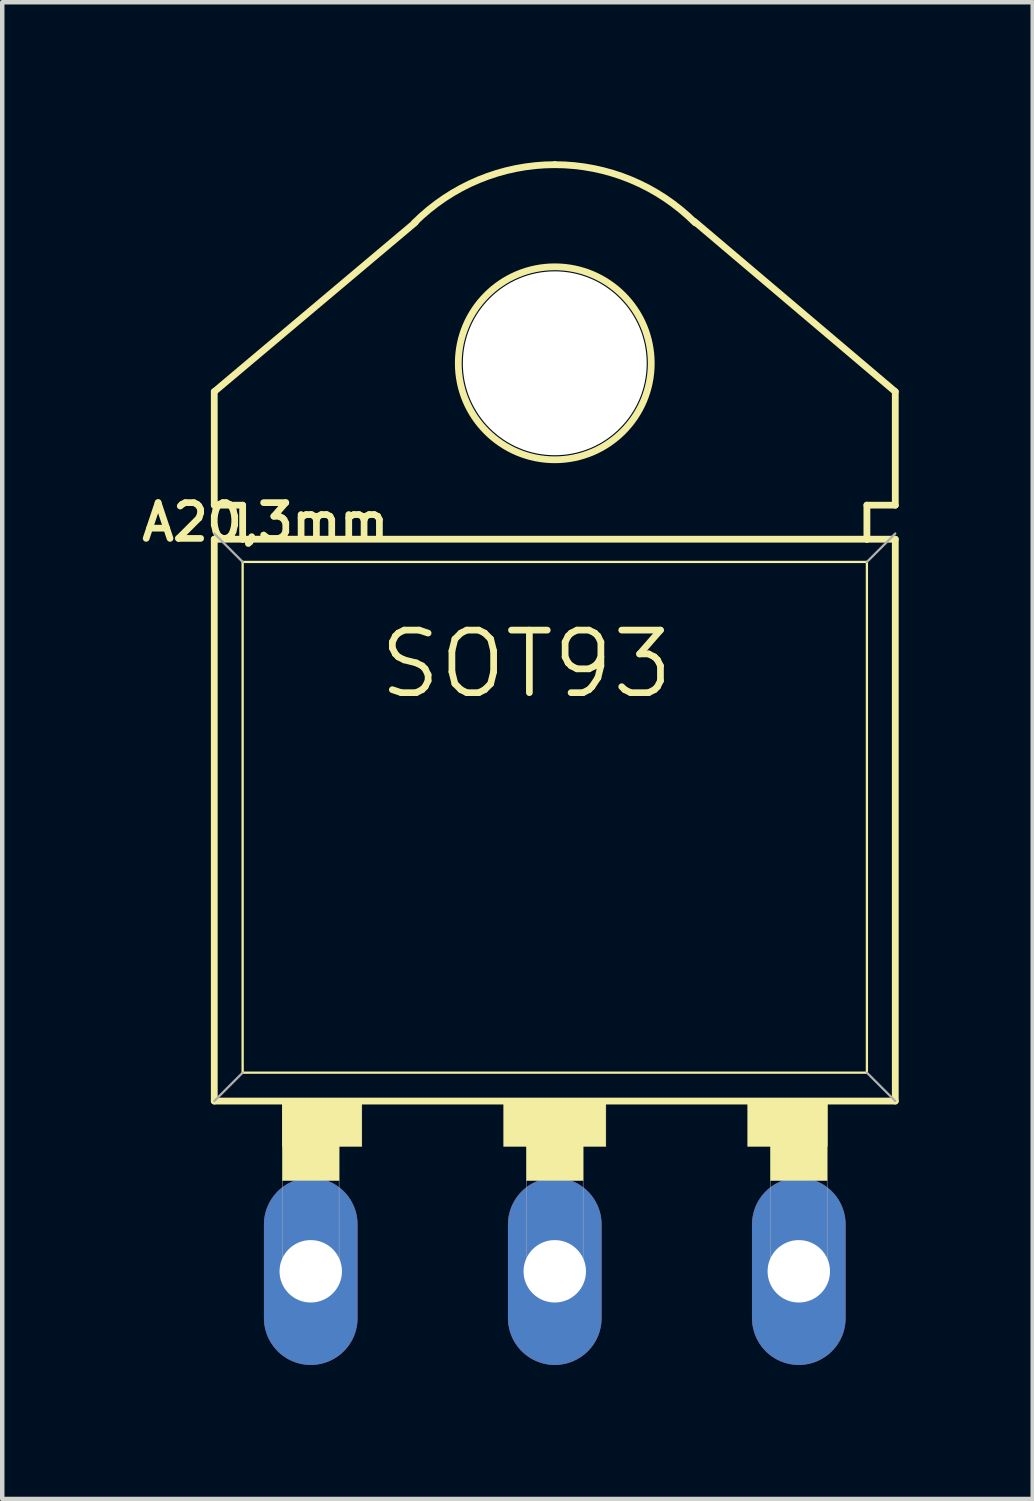
<source format=kicad_pcb>
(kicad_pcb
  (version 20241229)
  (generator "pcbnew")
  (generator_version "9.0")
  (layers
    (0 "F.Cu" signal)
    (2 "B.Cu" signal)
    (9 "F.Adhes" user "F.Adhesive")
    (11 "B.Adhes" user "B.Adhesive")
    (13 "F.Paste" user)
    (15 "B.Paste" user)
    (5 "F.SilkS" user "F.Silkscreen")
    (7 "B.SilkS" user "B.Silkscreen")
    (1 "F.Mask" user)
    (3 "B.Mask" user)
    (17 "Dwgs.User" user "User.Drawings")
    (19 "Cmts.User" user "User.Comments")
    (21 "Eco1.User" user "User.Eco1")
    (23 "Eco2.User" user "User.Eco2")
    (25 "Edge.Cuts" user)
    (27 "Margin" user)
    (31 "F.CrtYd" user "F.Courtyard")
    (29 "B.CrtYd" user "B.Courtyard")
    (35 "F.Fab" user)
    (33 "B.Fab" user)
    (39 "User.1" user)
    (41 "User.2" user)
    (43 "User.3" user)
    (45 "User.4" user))
  (footprint "SOT93"
    (layer "F.Cu")
    (at 9.365 15.24)
    (property "Reference" "SOT93" (at -0.635 -3.429 0) (layer "F.SilkS") (effects (font (size 1.4 1.4) (thickness 0.15))))
    (attr through_hole)
    (fp_line (start -7.62 -9.525) (end -3.124 -13.31) (stroke (width 0.152) (type solid)) (layer "F.SilkS"))
    (fp_line (start -7.62 -6.985) (end -7.62 -9.525) (stroke (width 0.152) (type solid)) (layer "F.SilkS"))
    (fp_line (start -7.62 6.35) (end -7.62 -6.223) (stroke (width 0.152) (type solid)) (layer "F.SilkS"))
    (fp_line (start -7.62 6.35) (end 7.62 6.35) (stroke (width 0.152) (type solid)) (layer "F.SilkS"))
    (fp_line (start -6.985 -6.985) (end -7.62 -6.985) (stroke (width 0.152) (type solid)) (layer "F.SilkS"))
    (fp_line (start -6.985 -6.223) (end -7.62 -6.223) (stroke (width 0.152) (type solid)) (layer "F.SilkS"))
    (fp_line (start -6.985 -6.223) (end -6.985 -6.985) (stroke (width 0.152) (type solid)) (layer "F.SilkS"))
    (fp_line (start -6.985 5.715) (end -6.985 -5.715) (stroke (width 0.051) (type solid)) (layer "F.SilkS"))
    (fp_line (start -6.985 5.715) (end 6.985 5.715) (stroke (width 0.051) (type solid)) (layer "F.SilkS"))
    (fp_line (start 6.985 -6.985) (end 7.62 -6.985) (stroke (width 0.152) (type solid)) (layer "F.SilkS"))
    (fp_line (start 6.985 -6.223) (end -6.985 -6.223) (stroke (width 0.152) (type solid)) (layer "F.SilkS"))
    (fp_line (start 6.985 -6.223) (end 6.985 -6.985) (stroke (width 0.152) (type solid)) (layer "F.SilkS"))
    (fp_line (start 6.985 -5.715) (end -6.985 -5.715) (stroke (width 0.051) (type solid)) (layer "F.SilkS"))
    (fp_line (start 6.985 -5.715) (end 6.985 5.715) (stroke (width 0.051) (type solid)) (layer "F.SilkS"))
    (fp_line (start 7.62 -9.525) (end 3.124 -13.335) (stroke (width 0.152) (type solid)) (layer "F.SilkS"))
    (fp_line (start 7.62 -6.985) (end 7.62 -9.525) (stroke (width 0.152) (type solid)) (layer "F.SilkS"))
    (fp_line (start 7.62 -6.223) (end 6.985 -6.223) (stroke (width 0.152) (type solid)) (layer "F.SilkS"))
    (fp_line (start 7.62 -6.223) (end 7.62 6.35) (stroke (width 0.152) (type solid)) (layer "F.SilkS"))
    (fp_arc (start -3.1431 -13.3031) (mid -1.701032 -14.266651) (end 0 -14.605) (stroke (width 0.1524) (type solid)) (layer "F.SilkS"))
    (fp_arc (start 0 -14.605) (mid 1.701032 -14.266652) (end 3.1431 -13.3031) (stroke (width 0.1524) (type solid)) (layer "F.SilkS"))
    (fp_circle (center 0 -10.16) (end 2.159 -10.16) (stroke (width 0.152) (type solid)) (fill no) (layer "F.SilkS"))
    (fp_poly (pts (xy -6.096 6.35) (xy -4.826 6.35) (xy -4.826 8.128) (xy -6.096 8.128)) (stroke (width 0.01) (type solid)) (fill yes) (layer "F.SilkS"))
    (fp_poly (pts (xy -6.096 6.35) (xy -4.318 6.35) (xy -4.318 7.366) (xy -6.096 7.366)) (stroke (width 0.01) (type solid)) (fill yes) (layer "F.SilkS"))
    (fp_poly (pts (xy -1.143 6.35) (xy 1.143 6.35) (xy 1.143 7.366) (xy -1.143 7.366)) (stroke (width 0.01) (type solid)) (fill yes) (layer "F.SilkS"))
    (fp_poly (pts (xy -0.635 6.35) (xy 0.635 6.35) (xy 0.635 8.128) (xy -0.635 8.128)) (stroke (width 0.01) (type solid)) (fill yes) (layer "F.SilkS"))
    (fp_poly (pts (xy 4.318 6.35) (xy 6.096 6.35) (xy 6.096 7.366) (xy 4.318 7.366)) (stroke (width 0.01) (type solid)) (fill yes) (layer "F.SilkS"))
    (fp_poly (pts (xy 4.826 6.35) (xy 6.096 6.35) (xy 6.096 8.128) (xy 4.826 8.128)) (stroke (width 0.01) (type solid)) (fill yes) (layer "F.SilkS"))
    (fp_line (start -6.985 -5.715) (end -7.62 -6.35) (stroke (width 0.051) (type solid)) (layer "F.Fab"))
    (fp_line (start -6.985 5.715) (end -7.62 6.35) (stroke (width 0.051) (type solid)) (layer "F.Fab"))
    (fp_line (start 6.985 -5.715) (end 7.62 -6.35) (stroke (width 0.051) (type solid)) (layer "F.Fab"))
    (fp_line (start 6.985 5.715) (end 7.62 6.35) (stroke (width 0.051) (type solid)) (layer "F.Fab"))
    (fp_poly (pts (xy -6.096 8.128) (xy -4.826 8.128) (xy -4.826 10.287) (xy -6.096 10.287)) (stroke (width 0.01) (type solid)) (fill no) (layer "F.Fab"))
    (fp_poly (pts (xy -0.635 8.128) (xy 0.635 8.128) (xy 0.635 10.287) (xy -0.635 10.287)) (stroke (width 0.01) (type solid)) (fill no) (layer "F.Fab"))
    (fp_poly (pts (xy 4.826 8.128) (xy 6.096 8.128) (xy 6.096 10.287) (xy 4.826 10.287)) (stroke (width 0.01) (type solid)) (fill no) (layer "F.Fab"))
    (fp_text user "A20,3mm" (at -6.477 -6.604 0) (layer "F.SilkS") (effects (font (size 0.8 0.8) (thickness 0.15))))
    (pad "" np_thru_hole circle (at 0 -10.16) (size 4.115 4.115) (drill 4.115) (layers "*.Cu" "*.Mask"))
    (pad "B" thru_hole oval (at -5.461 10.16) (size 2.095 4.191) (drill 1.397) (layers "*.Cu" "*.Mask"))
    (pad "C" thru_hole oval (at 0 10.16) (size 2.095 4.191) (drill 1.397) (layers "*.Cu" "*.Mask"))
    (pad "E" thru_hole oval (at 5.461 10.16) (size 2.095 4.191) (drill 1.397) (layers "*.Cu" "*.Mask"))
    (zone (net_name "") (layers "F.Cu" "B.Cu") (hatch full 0.508) (connect_pads) (min_thickness 0) (filled_areas_thickness no) (keepout (tracks allowed) (vias not_allowed) (pads allowed) (copperpour allowed) (footprints allowed)) (placement (enabled no)) (fill) (polygon (pts (xy 14.445 5.08) (xy 14.42 5.578) (xy 14.347 6.071) (xy 14.226 6.555) (xy 14.058 7.024) (xy 13.845 7.475) (xy 13.589 7.902) (xy 13.292 8.303) (xy 12.957 8.672) (xy 12.588 9.007) (xy 12.187 9.304) (xy 11.76 9.56) (xy 11.309 9.773) (xy 10.84 9.941) (xy 10.356 10.062) (xy 9.863 10.136) (xy 9.365 10.16) (xy 8.867 10.136) (xy 8.374 10.062) (xy 7.89 9.941) (xy 7.421 9.773) (xy 6.97 9.56) (xy 6.543 9.304) (xy 6.142 9.007) (xy 5.773 8.672) (xy 5.438 8.303) (xy 5.141 7.902) (xy 4.885 7.475) (xy 4.672 7.024) (xy 4.504 6.555) (xy 4.382 6.071) (xy 4.309 5.578) (xy 4.285 5.08) (xy 4.309 4.582) (xy 4.382 4.089) (xy 4.504 3.605) (xy 4.672 3.136) (xy 4.885 2.685) (xy 5.141 2.258) (xy 5.438 1.857) (xy 5.773 1.488) (xy 6.142 1.153) (xy 6.543 0.856) (xy 6.97 0.6) (xy 7.421 0.387) (xy 7.89 0.219) (xy 8.374 0.098) (xy 8.867 0.024) (xy 9.365 0) (xy 9.863 0.024) (xy 10.356 0.098) (xy 10.84 0.219) (xy 11.309 0.387) (xy 11.76 0.6) (xy 12.187 0.856) (xy 12.588 1.153) (xy 12.957 1.488) (xy 13.292 1.857) (xy 13.589 2.258) (xy 13.845 2.685) (xy 14.058 3.136) (xy 14.226 3.605) (xy 14.347 4.089) (xy 14.42 4.582))))
    (zone (net_name "") (layer "B.Cu") (hatch full 0.508) (connect_pads) (min_thickness 0) (filled_areas_thickness no) (keepout (tracks not_allowed) (vias not_allowed) (pads not_allowed) (copperpour not_allowed) (footprints allowed)) (placement (enabled no)) (fill) (polygon (pts (xy 14.445 5.08) (xy 14.42 5.578) (xy 14.347 6.071) (xy 14.226 6.555) (xy 14.058 7.024) (xy 13.845 7.475) (xy 13.589 7.902) (xy 13.292 8.303) (xy 12.957 8.672) (xy 12.588 9.007) (xy 12.187 9.304) (xy 11.76 9.56) (xy 11.309 9.773) (xy 10.84 9.941) (xy 10.356 10.062) (xy 9.863 10.136) (xy 9.365 10.16) (xy 8.867 10.136) (xy 8.374 10.062) (xy 7.89 9.941) (xy 7.421 9.773) (xy 6.97 9.56) (xy 6.543 9.304) (xy 6.142 9.007) (xy 5.773 8.672) (xy 5.438 8.303) (xy 5.141 7.902) (xy 4.885 7.475) (xy 4.672 7.024) (xy 4.504 6.555) (xy 4.382 6.071) (xy 4.309 5.578) (xy 4.285 5.08) (xy 4.309 4.582) (xy 4.382 4.089) (xy 4.504 3.605) (xy 4.672 3.136) (xy 4.885 2.685) (xy 5.141 2.258) (xy 5.438 1.857) (xy 5.773 1.488) (xy 6.142 1.153) (xy 6.543 0.856) (xy 6.97 0.6) (xy 7.421 0.387) (xy 7.89 0.219) (xy 8.374 0.098) (xy 8.867 0.024) (xy 9.365 0) (xy 9.863 0.024) (xy 10.356 0.098) (xy 10.84 0.219) (xy 11.309 0.387) (xy 11.76 0.6) (xy 12.187 0.856) (xy 12.588 1.153) (xy 12.957 1.488) (xy 13.292 1.857) (xy 13.589 2.258) (xy 13.845 2.685) (xy 14.058 3.136) (xy 14.226 3.605) (xy 14.347 4.089) (xy 14.42 4.582)))))
  (gr_rect
    (start -3 -3)
    (end 20.061 30.495)
    (stroke (width 0.1) (type default))
    (fill no)
    (layer "Edge.Cuts")))
</source>
